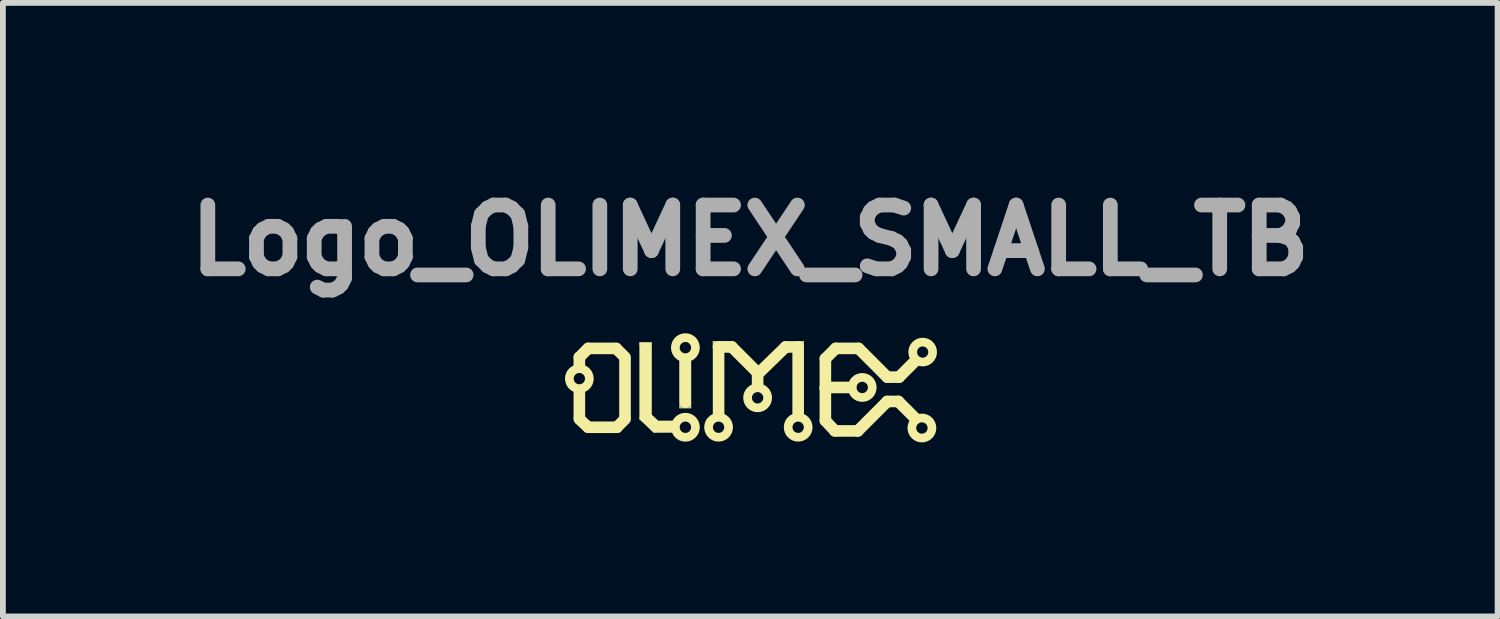
<source format=kicad_pcb>
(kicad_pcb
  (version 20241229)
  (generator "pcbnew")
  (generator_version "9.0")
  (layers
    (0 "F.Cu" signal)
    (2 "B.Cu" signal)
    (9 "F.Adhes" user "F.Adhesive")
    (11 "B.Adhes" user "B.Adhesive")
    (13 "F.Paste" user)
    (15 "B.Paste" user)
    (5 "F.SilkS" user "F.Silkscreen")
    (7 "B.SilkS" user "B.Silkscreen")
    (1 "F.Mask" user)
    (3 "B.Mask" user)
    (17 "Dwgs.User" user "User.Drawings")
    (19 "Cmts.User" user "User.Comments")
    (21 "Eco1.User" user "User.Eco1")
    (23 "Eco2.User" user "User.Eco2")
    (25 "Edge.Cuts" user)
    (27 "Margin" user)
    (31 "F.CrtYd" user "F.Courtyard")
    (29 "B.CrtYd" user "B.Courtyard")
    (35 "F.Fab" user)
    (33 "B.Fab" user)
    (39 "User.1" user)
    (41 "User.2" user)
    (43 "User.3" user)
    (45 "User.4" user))
  (footprint "Logo_OLIMEX_SMALL_TB"
    (layer "F.Cu")
    (at 9.883 3.629)
    (property "Reference" "Logo_OLIMEX_SMALL_TB" (at 0 -2.54 0) (layer "F.Fab") (effects (font (size 1.1 1.1) (thickness 0.254))))
    (attr through_hole)
    (fp_line (start -2.946 -0.521) (end -2.794 -0.673) (stroke (width 0.2) (type solid)) (layer "F.SilkS"))
    (fp_line (start -2.946 -0.356) (end -2.946 -0.521) (stroke (width 0.2) (type solid)) (layer "F.SilkS"))
    (fp_line (start -2.946 0.076) (end -2.946 0.521) (stroke (width 0.2) (type solid)) (layer "F.SilkS"))
    (fp_line (start -2.794 -0.673) (end -2.311 -0.673) (stroke (width 0.2) (type solid)) (layer "F.SilkS"))
    (fp_line (start -2.794 0.686) (end -2.946 0.546) (stroke (width 0.2) (type solid)) (layer "F.SilkS"))
    (fp_line (start -2.311 -0.671) (end -2.159 -0.521) (stroke (width 0.2) (type solid)) (layer "F.SilkS"))
    (fp_line (start -2.299 0.686) (end -2.794 0.686) (stroke (width 0.2) (type solid)) (layer "F.SilkS"))
    (fp_line (start -2.299 0.686) (end -2.159 0.546) (stroke (width 0.2) (type solid)) (layer "F.SilkS"))
    (fp_line (start -2.159 -0.483) (end -2.159 0.521) (stroke (width 0.2) (type solid)) (layer "F.SilkS"))
    (fp_line (start -1.905 -0.775) (end -1.905 0.521) (stroke (width 0.01) (type solid)) (layer "F.SilkS"))
    (fp_line (start -1.905 0.521) (end -1.905 0.533) (stroke (width 0.01) (type solid)) (layer "F.SilkS"))
    (fp_line (start -1.905 0.533) (end -1.905 0.546) (stroke (width 0.01) (type solid)) (layer "F.SilkS"))
    (fp_line (start -1.905 0.546) (end -1.664 0.775) (stroke (width 0.01) (type solid)) (layer "F.SilkS"))
    (fp_line (start -1.897 -0.772) (end -1.897 -0.699) (stroke (width 0.013) (type solid)) (layer "F.SilkS"))
    (fp_line (start -1.892 0.559) (end -1.905 0.533) (stroke (width 0.01) (type solid)) (layer "F.SilkS"))
    (fp_line (start -1.877 -0.744) (end -1.829 -0.744) (stroke (width 0.062) (type solid)) (layer "F.SilkS"))
    (fp_line (start -1.803 -0.775) (end -1.905 -0.775) (stroke (width 0.01) (type solid)) (layer "F.SilkS"))
    (fp_line (start -1.803 -0.775) (end -1.702 -0.775) (stroke (width 0.01) (type solid)) (layer "F.SilkS"))
    (fp_line (start -1.803 -0.673) (end -1.803 0.508) (stroke (width 0.2) (type solid)) (layer "F.SilkS"))
    (fp_line (start -1.803 0.508) (end -1.626 0.673) (stroke (width 0.2) (type solid)) (layer "F.SilkS"))
    (fp_line (start -1.781 -0.742) (end -1.732 -0.742) (stroke (width 0.062) (type solid)) (layer "F.SilkS"))
    (fp_line (start -1.712 -0.772) (end -1.712 -0.693) (stroke (width 0.013) (type solid)) (layer "F.SilkS"))
    (fp_line (start -1.702 -0.775) (end -1.702 0.483) (stroke (width 0.01) (type solid)) (layer "F.SilkS"))
    (fp_line (start -1.664 0.775) (end -1.346 0.775) (stroke (width 0.01) (type solid)) (layer "F.SilkS"))
    (fp_line (start -1.651 0.775) (end -1.664 0.762) (stroke (width 0.01) (type solid)) (layer "F.SilkS"))
    (fp_line (start -1.626 0.673) (end -1.346 0.673) (stroke (width 0.2) (type solid)) (layer "F.SilkS"))
    (fp_line (start -1.214 0.353) (end -1.214 -0.47) (stroke (width 0.013) (type solid)) (layer "F.SilkS"))
    (fp_line (start -1.212 0.302) (end -1.026 0.302) (stroke (width 0.013) (type solid)) (layer "F.SilkS"))
    (fp_line (start -1.212 0.315) (end -1.029 0.315) (stroke (width 0.013) (type solid)) (layer "F.SilkS"))
    (fp_line (start -1.212 0.328) (end -1.029 0.328) (stroke (width 0.013) (type solid)) (layer "F.SilkS"))
    (fp_line (start -1.209 0.34) (end -1.026 0.34) (stroke (width 0.013) (type solid)) (layer "F.SilkS"))
    (fp_line (start -1.118 -0.457) (end -1.118 0.254) (stroke (width 0.2) (type solid)) (layer "F.SilkS"))
    (fp_line (start -1.024 0.257) (end -1.024 0.353) (stroke (width 0.013) (type solid)) (layer "F.SilkS"))
    (fp_line (start -1.024 0.353) (end -1.214 0.353) (stroke (width 0.013) (type solid)) (layer "F.SilkS"))
    (fp_line (start -0.64 -0.792) (end -0.312 -0.792) (stroke (width 0.013) (type solid)) (layer "F.SilkS"))
    (fp_line (start -0.64 -0.696) (end -0.64 -0.792) (stroke (width 0.013) (type solid)) (layer "F.SilkS"))
    (fp_line (start -0.63 -0.787) (end -0.63 -0.747) (stroke (width 0.013) (type solid)) (layer "F.SilkS"))
    (fp_line (start -0.627 -0.767) (end -0.612 -0.767) (stroke (width 0.013) (type solid)) (layer "F.SilkS"))
    (fp_line (start -0.587 -0.78) (end -0.632 -0.78) (stroke (width 0.013) (type solid)) (layer "F.SilkS"))
    (fp_line (start -0.546 -0.699) (end -0.318 -0.699) (stroke (width 0.2) (type solid)) (layer "F.SilkS"))
    (fp_line (start -0.546 0.47) (end -0.546 -0.699) (stroke (width 0.2) (type solid)) (layer "F.SilkS"))
    (fp_line (start -0.318 -0.699) (end 0.127 -0.254) (stroke (width 0.2) (type solid)) (layer "F.SilkS"))
    (fp_line (start 0.127 -0.254) (end 0.127 -0.051) (stroke (width 0.2) (type solid)) (layer "F.SilkS"))
    (fp_line (start 0.127 -0.229) (end 0.61 -0.699) (stroke (width 0.2) (type solid)) (layer "F.SilkS"))
    (fp_line (start 0.61 -0.699) (end 0.826 -0.699) (stroke (width 0.2) (type solid)) (layer "F.SilkS"))
    (fp_line (start 0.826 -0.699) (end 0.826 0.432) (stroke (width 0.2) (type solid)) (layer "F.SilkS"))
    (fp_line (start 0.833 -0.792) (end 0.919 -0.792) (stroke (width 0.013) (type solid)) (layer "F.SilkS"))
    (fp_line (start 0.874 -0.782) (end 0.912 -0.782) (stroke (width 0.013) (type solid)) (layer "F.SilkS"))
    (fp_line (start 0.886 -0.772) (end 0.907 -0.772) (stroke (width 0.013) (type solid)) (layer "F.SilkS"))
    (fp_line (start 0.902 -0.775) (end 0.902 -0.759) (stroke (width 0.013) (type solid)) (layer "F.SilkS"))
    (fp_line (start 0.909 -0.777) (end 0.909 -0.747) (stroke (width 0.013) (type solid)) (layer "F.SilkS"))
    (fp_line (start 0.919 -0.792) (end 0.919 -0.696) (stroke (width 0.013) (type solid)) (layer "F.SilkS"))
    (fp_line (start 1.295 -0.495) (end 1.473 -0.673) (stroke (width 0.2) (type solid)) (layer "F.SilkS"))
    (fp_line (start 1.295 0.013) (end 1.295 -0.495) (stroke (width 0.2) (type solid)) (layer "F.SilkS"))
    (fp_line (start 1.295 0.572) (end 1.295 0) (stroke (width 0.2) (type solid)) (layer "F.SilkS"))
    (fp_line (start 1.46 0.749) (end 1.295 0.572) (stroke (width 0.2) (type solid)) (layer "F.SilkS"))
    (fp_line (start 1.473 -0.673) (end 1.867 -0.673) (stroke (width 0.2) (type solid)) (layer "F.SilkS"))
    (fp_line (start 1.727 0) (end 1.295 0) (stroke (width 0.2) (type solid)) (layer "F.SilkS"))
    (fp_line (start 1.854 0.749) (end 1.46 0.749) (stroke (width 0.2) (type solid)) (layer "F.SilkS"))
    (fp_line (start 1.867 -0.673) (end 2.362 -0.178) (stroke (width 0.2) (type solid)) (layer "F.SilkS"))
    (fp_line (start 2.362 -0.178) (end 2.565 -0.178) (stroke (width 0.2) (type solid)) (layer "F.SilkS"))
    (fp_line (start 2.362 0.241) (end 1.854 0.749) (stroke (width 0.2) (type solid)) (layer "F.SilkS"))
    (fp_line (start 2.553 0.241) (end 2.362 0.241) (stroke (width 0.2) (type solid)) (layer "F.SilkS"))
    (fp_line (start 2.565 -0.178) (end 2.819 -0.432) (stroke (width 0.2) (type solid)) (layer "F.SilkS"))
    (fp_line (start 2.845 0.533) (end 2.553 0.241) (stroke (width 0.2) (type solid)) (layer "F.SilkS"))
    (fp_circle (center -2.946 -0.152) (end -2.845 -0.292) (stroke (width 0.15) (type solid)) (fill no) (layer "F.SilkS"))
    (fp_circle (center -1.118 -0.686) (end -1.016 -0.826) (stroke (width 0.15) (type solid)) (fill no) (layer "F.SilkS"))
    (fp_circle (center -1.118 0.686) (end -1.016 0.546) (stroke (width 0.15) (type solid)) (fill no) (layer "F.SilkS"))
    (fp_circle (center -0.546 0.686) (end -0.445 0.546) (stroke (width 0.15) (type solid)) (fill no) (layer "F.SilkS"))
    (fp_circle (center 0.127 0.178) (end 0.229 0.038) (stroke (width 0.15) (type solid)) (fill no) (layer "F.SilkS"))
    (fp_circle (center 0.826 0.686) (end 0.927 0.546) (stroke (width 0.15) (type solid)) (fill no) (layer "F.SilkS"))
    (fp_circle (center 1.93 0) (end 2.032 -0.14) (stroke (width 0.15) (type solid)) (fill no) (layer "F.SilkS"))
    (fp_circle (center 2.959 0.699) (end 3.061 0.559) (stroke (width 0.15) (type solid)) (fill no) (layer "F.SilkS"))
    (fp_circle (center 2.972 -0.61) (end 3.073 -0.749) (stroke (width 0.15) (type solid)) (fill no) (layer "F.SilkS")))
  (gr_rect
    (start -3 -3)
    (end 22.766 7.576)
    (stroke (width 0.1) (type default))
    (fill no)
    (layer "Edge.Cuts")))
</source>
